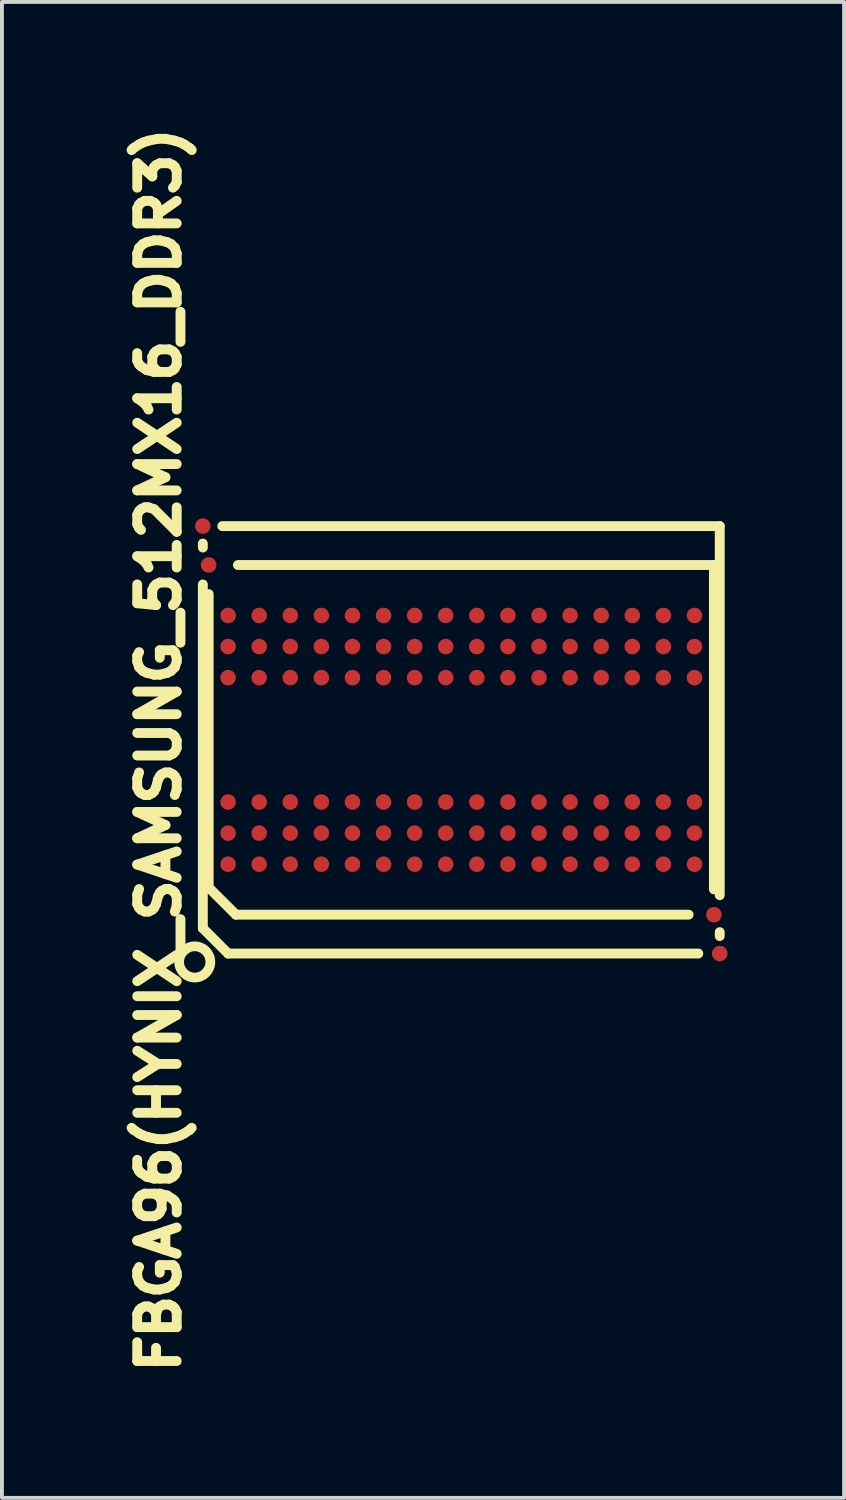
<source format=kicad_pcb>
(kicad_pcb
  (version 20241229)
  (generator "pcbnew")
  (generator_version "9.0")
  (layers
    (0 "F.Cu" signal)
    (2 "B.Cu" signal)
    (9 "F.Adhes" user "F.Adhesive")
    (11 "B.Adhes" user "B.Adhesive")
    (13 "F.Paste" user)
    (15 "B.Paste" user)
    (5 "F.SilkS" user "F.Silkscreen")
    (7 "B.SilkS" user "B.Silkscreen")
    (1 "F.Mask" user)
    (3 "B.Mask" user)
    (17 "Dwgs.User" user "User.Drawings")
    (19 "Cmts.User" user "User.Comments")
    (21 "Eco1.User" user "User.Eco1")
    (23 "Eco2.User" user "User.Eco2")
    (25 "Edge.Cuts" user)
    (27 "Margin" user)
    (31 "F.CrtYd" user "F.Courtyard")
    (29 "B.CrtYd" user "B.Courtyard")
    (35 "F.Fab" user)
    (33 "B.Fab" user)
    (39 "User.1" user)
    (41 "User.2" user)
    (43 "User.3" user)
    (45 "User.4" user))
  (footprint "FBGA96(HYNIX_SAMSUNG_512MX16_DDR3)"
    (layer "F.Cu")
    (at 8.819 15.986)
    (property "Reference" "FBGA96(HYNIX_SAMSUNG_512MX16_DDR3)" (at -7.779 0.259 90) (layer "F.SilkS") (effects (font (size 1.016 1.016) (thickness 0.254))))
    (attr smd)
    (fp_line (start -6.65 -5.05) (end -6.65 -4.948) (stroke (width 0.254) (type solid)) (layer "F.SilkS"))
    (fp_line (start -6.65 -3.998) (end -6.65 4.849) (stroke (width 0.254) (type solid)) (layer "F.SilkS"))
    (fp_line (start -6.65 4.849) (end -5.999 5.499) (stroke (width 0.254) (type solid)) (layer "F.SilkS"))
    (fp_line (start -6.5 -3.749) (end -6.5 3.8) (stroke (width 0.254) (type solid)) (layer "F.SilkS"))
    (fp_line (start -6.5 3.8) (end -5.799 4.498) (stroke (width 0.254) (type solid)) (layer "F.SilkS"))
    (fp_line (start -5.999 5.499) (end 6.099 5.499) (stroke (width 0.254) (type solid)) (layer "F.SilkS"))
    (fp_line (start -5.799 4.498) (end 5.85 4.498) (stroke (width 0.254) (type solid)) (layer "F.SilkS"))
    (fp_line (start 6.5 -4.498) (end -5.748 -4.498) (stroke (width 0.254) (type solid)) (layer "F.SilkS"))
    (fp_line (start 6.5 3.848) (end 6.5 -4.498) (stroke (width 0.254) (type solid)) (layer "F.SilkS"))
    (fp_line (start 6.65 -5.499) (end -6.149 -5.499) (stroke (width 0.254) (type solid)) (layer "F.SilkS"))
    (fp_line (start 6.65 3.998) (end 6.65 -5.499) (stroke (width 0.254) (type solid)) (layer "F.SilkS"))
    (fp_line (start 6.65 5.05) (end 6.65 4.948) (stroke (width 0.254) (type solid)) (layer "F.SilkS"))
    (fp_circle (center -6.858 5.715) (end -6.477 5.588) (stroke (width 0.25) (type solid)) (fill no) (layer "F.SilkS"))
    (pad "A1" smd circle (at -6 3.2 90) (size 0.4 0.4) (layers "F.Cu" "F.Mask" "F.Paste"))
    (pad "A2" smd circle (at -6 2.4 90) (size 0.4 0.4) (layers "F.Cu" "F.Mask" "F.Paste"))
    (pad "A3" smd circle (at -6 1.6 90) (size 0.4 0.4) (layers "F.Cu" "F.Mask" "F.Paste"))
    (pad "A7" smd circle (at -6 -1.6 90) (size 0.4 0.4) (layers "F.Cu" "F.Mask" "F.Paste"))
    (pad "A8" smd circle (at -6 -2.4 90) (size 0.4 0.4) (layers "F.Cu" "F.Mask" "F.Paste"))
    (pad "A9" smd circle (at -6 -3.2 90) (size 0.4 0.4) (layers "F.Cu" "F.Mask" "F.Paste"))
    (pad "B1" smd circle (at -5.2 3.2 90) (size 0.4 0.4) (layers "F.Cu" "F.Mask" "F.Paste"))
    (pad "B2" smd circle (at -5.2 2.4 90) (size 0.4 0.4) (layers "F.Cu" "F.Mask" "F.Paste"))
    (pad "B3" smd circle (at -5.2 1.6 90) (size 0.4 0.4) (layers "F.Cu" "F.Mask" "F.Paste"))
    (pad "B7" smd circle (at -5.2 -1.6 90) (size 0.4 0.4) (layers "F.Cu" "F.Mask" "F.Paste"))
    (pad "B8" smd circle (at -5.2 -2.4 90) (size 0.4 0.4) (layers "F.Cu" "F.Mask" "F.Paste"))
    (pad "B9" smd circle (at -5.2 -3.2 90) (size 0.4 0.4) (layers "F.Cu" "F.Mask" "F.Paste"))
    (pad "C1" smd circle (at -4.4 3.2 90) (size 0.4 0.4) (layers "F.Cu" "F.Mask" "F.Paste"))
    (pad "C2" smd circle (at -4.4 2.4 90) (size 0.4 0.4) (layers "F.Cu" "F.Mask" "F.Paste"))
    (pad "C3" smd circle (at -4.4 1.6 90) (size 0.4 0.4) (layers "F.Cu" "F.Mask" "F.Paste"))
    (pad "C7" smd circle (at -4.4 -1.6 90) (size 0.4 0.4) (layers "F.Cu" "F.Mask" "F.Paste"))
    (pad "C8" smd circle (at -4.4 -2.4 90) (size 0.4 0.4) (layers "F.Cu" "F.Mask" "F.Paste"))
    (pad "C9" smd circle (at -4.4 -3.2 90) (size 0.4 0.4) (layers "F.Cu" "F.Mask" "F.Paste"))
    (pad "D1" smd circle (at -3.6 3.2 90) (size 0.4 0.4) (layers "F.Cu" "F.Mask" "F.Paste"))
    (pad "D2" smd circle (at -3.6 2.4 90) (size 0.4 0.4) (layers "F.Cu" "F.Mask" "F.Paste"))
    (pad "D3" smd circle (at -3.6 1.6 90) (size 0.4 0.4) (layers "F.Cu" "F.Mask" "F.Paste"))
    (pad "D7" smd circle (at -3.6 -1.6 90) (size 0.4 0.4) (layers "F.Cu" "F.Mask" "F.Paste"))
    (pad "D8" smd circle (at -3.6 -2.4 90) (size 0.4 0.4) (layers "F.Cu" "F.Mask" "F.Paste"))
    (pad "D9" smd circle (at -3.6 -3.2 90) (size 0.4 0.4) (layers "F.Cu" "F.Mask" "F.Paste"))
    (pad "E1" smd circle (at -2.8 3.2 90) (size 0.4 0.4) (layers "F.Cu" "F.Mask" "F.Paste"))
    (pad "E2" smd circle (at -2.8 2.4 90) (size 0.4 0.4) (layers "F.Cu" "F.Mask" "F.Paste"))
    (pad "E3" smd circle (at -2.8 1.6 90) (size 0.4 0.4) (layers "F.Cu" "F.Mask" "F.Paste"))
    (pad "E7" smd circle (at -2.8 -1.6 90) (size 0.4 0.4) (layers "F.Cu" "F.Mask" "F.Paste"))
    (pad "E8" smd circle (at -2.8 -2.4 90) (size 0.4 0.4) (layers "F.Cu" "F.Mask" "F.Paste"))
    (pad "E9" smd circle (at -2.8 -3.2 90) (size 0.4 0.4) (layers "F.Cu" "F.Mask" "F.Paste"))
    (pad "F1" smd circle (at -2 3.2 90) (size 0.4 0.4) (layers "F.Cu" "F.Mask" "F.Paste"))
    (pad "F2" smd circle (at -2 2.4 90) (size 0.4 0.4) (layers "F.Cu" "F.Mask" "F.Paste"))
    (pad "F3" smd circle (at -2 1.6 90) (size 0.4 0.4) (layers "F.Cu" "F.Mask" "F.Paste"))
    (pad "F7" smd circle (at -2 -1.6 90) (size 0.4 0.4) (layers "F.Cu" "F.Mask" "F.Paste"))
    (pad "F8" smd circle (at -2 -2.4 90) (size 0.4 0.4) (layers "F.Cu" "F.Mask" "F.Paste"))
    (pad "F9" smd circle (at -2 -3.2 90) (size 0.4 0.4) (layers "F.Cu" "F.Mask" "F.Paste"))
    (pad "FID1" smd circle (at 6.5 4.5 90) (size 0.4 0.4) (layers "F.Cu" "F.Mask"))
    (pad "FID2" smd circle (at -6.5 -4.5 90) (size 0.4 0.4) (layers "F.Cu" "F.Mask"))
    (pad "FID3" smd circle (at 6.65 5.5 90) (size 0.4 0.4) (layers "F.Cu" "F.Mask"))
    (pad "FID4" smd circle (at -6.65 -5.5 90) (size 0.4 0.4) (layers "F.Cu" "F.Mask"))
    (pad "G1" smd circle (at -1.2 3.2 90) (size 0.4 0.4) (layers "F.Cu" "F.Mask" "F.Paste"))
    (pad "G2" smd circle (at -1.2 2.4 90) (size 0.4 0.4) (layers "F.Cu" "F.Mask" "F.Paste"))
    (pad "G3" smd circle (at -1.2 1.6 90) (size 0.4 0.4) (layers "F.Cu" "F.Mask" "F.Paste"))
    (pad "G7" smd circle (at -1.2 -1.6 90) (size 0.4 0.4) (layers "F.Cu" "F.Mask" "F.Paste"))
    (pad "G8" smd circle (at -1.2 -2.4 90) (size 0.4 0.4) (layers "F.Cu" "F.Mask" "F.Paste"))
    (pad "G9" smd circle (at -1.2 -3.2 90) (size 0.4 0.4) (layers "F.Cu" "F.Mask" "F.Paste"))
    (pad "H1" smd circle (at -0.4 3.2 90) (size 0.4 0.4) (layers "F.Cu" "F.Mask" "F.Paste"))
    (pad "H2" smd circle (at -0.4 2.4 90) (size 0.4 0.4) (layers "F.Cu" "F.Mask" "F.Paste"))
    (pad "H3" smd circle (at -0.4 1.6 90) (size 0.4 0.4) (layers "F.Cu" "F.Mask" "F.Paste"))
    (pad "H7" smd circle (at -0.4 -1.6 90) (size 0.4 0.4) (layers "F.Cu" "F.Mask" "F.Paste"))
    (pad "H8" smd circle (at -0.4 -2.4 90) (size 0.4 0.4) (layers "F.Cu" "F.Mask" "F.Paste"))
    (pad "H9" smd circle (at -0.4 -3.2 90) (size 0.4 0.4) (layers "F.Cu" "F.Mask" "F.Paste"))
    (pad "J1" smd circle (at 0.4 3.2 90) (size 0.4 0.4) (layers "F.Cu" "F.Mask" "F.Paste"))
    (pad "J2" smd circle (at 0.4 2.4 90) (size 0.4 0.4) (layers "F.Cu" "F.Mask" "F.Paste"))
    (pad "J3" smd circle (at 0.4 1.6 90) (size 0.4 0.4) (layers "F.Cu" "F.Mask" "F.Paste"))
    (pad "J7" smd circle (at 0.4 -1.6 90) (size 0.4 0.4) (layers "F.Cu" "F.Mask" "F.Paste"))
    (pad "J8" smd circle (at 0.4 -2.4 90) (size 0.4 0.4) (layers "F.Cu" "F.Mask" "F.Paste"))
    (pad "J9" smd circle (at 0.4 -3.2 90) (size 0.4 0.4) (layers "F.Cu" "F.Mask" "F.Paste"))
    (pad "K1" smd circle (at 1.2 3.2 90) (size 0.4 0.4) (layers "F.Cu" "F.Mask" "F.Paste"))
    (pad "K2" smd circle (at 1.2 2.4 90) (size 0.4 0.4) (layers "F.Cu" "F.Mask" "F.Paste"))
    (pad "K3" smd circle (at 1.2 1.6 90) (size 0.4 0.4) (layers "F.Cu" "F.Mask" "F.Paste"))
    (pad "K7" smd circle (at 1.2 -1.6 90) (size 0.4 0.4) (layers "F.Cu" "F.Mask" "F.Paste"))
    (pad "K8" smd circle (at 1.2 -2.4 90) (size 0.4 0.4) (layers "F.Cu" "F.Mask" "F.Paste"))
    (pad "K9" smd circle (at 1.2 -3.2 90) (size 0.4 0.4) (layers "F.Cu" "F.Mask" "F.Paste"))
    (pad "L1" smd circle (at 2 3.2 90) (size 0.4 0.4) (layers "F.Cu" "F.Mask" "F.Paste"))
    (pad "L2" smd circle (at 2 2.4 90) (size 0.4 0.4) (layers "F.Cu" "F.Mask" "F.Paste"))
    (pad "L3" smd circle (at 2 1.6 90) (size 0.4 0.4) (layers "F.Cu" "F.Mask" "F.Paste"))
    (pad "L7" smd circle (at 2 -1.6 90) (size 0.4 0.4) (layers "F.Cu" "F.Mask" "F.Paste"))
    (pad "L8" smd circle (at 2 -2.4 90) (size 0.4 0.4) (layers "F.Cu" "F.Mask" "F.Paste"))
    (pad "L9" smd circle (at 2 -3.2 90) (size 0.4 0.4) (layers "F.Cu" "F.Mask" "F.Paste"))
    (pad "M1" smd circle (at 2.8 3.2 90) (size 0.4 0.4) (layers "F.Cu" "F.Mask" "F.Paste"))
    (pad "M2" smd circle (at 2.8 2.4 90) (size 0.4 0.4) (layers "F.Cu" "F.Mask" "F.Paste"))
    (pad "M3" smd circle (at 2.8 1.6 90) (size 0.4 0.4) (layers "F.Cu" "F.Mask" "F.Paste"))
    (pad "M7" smd circle (at 2.8 -1.6 90) (size 0.4 0.4) (layers "F.Cu" "F.Mask" "F.Paste"))
    (pad "M8" smd circle (at 2.8 -2.4 90) (size 0.4 0.4) (layers "F.Cu" "F.Mask" "F.Paste"))
    (pad "M9" smd circle (at 2.8 -3.2 90) (size 0.4 0.4) (layers "F.Cu" "F.Mask" "F.Paste"))
    (pad "N1" smd circle (at 3.6 3.2 90) (size 0.4 0.4) (layers "F.Cu" "F.Mask" "F.Paste"))
    (pad "N2" smd circle (at 3.6 2.4 90) (size 0.4 0.4) (layers "F.Cu" "F.Mask" "F.Paste"))
    (pad "N3" smd circle (at 3.6 1.6 90) (size 0.4 0.4) (layers "F.Cu" "F.Mask" "F.Paste"))
    (pad "N7" smd circle (at 3.6 -1.6 90) (size 0.4 0.4) (layers "F.Cu" "F.Mask" "F.Paste"))
    (pad "N8" smd circle (at 3.6 -2.4 90) (size 0.4 0.4) (layers "F.Cu" "F.Mask" "F.Paste"))
    (pad "N9" smd circle (at 3.6 -3.2 90) (size 0.4 0.4) (layers "F.Cu" "F.Mask" "F.Paste"))
    (pad "P1" smd circle (at 4.4 3.2 90) (size 0.4 0.4) (layers "F.Cu" "F.Mask" "F.Paste"))
    (pad "P2" smd circle (at 4.4 2.4 90) (size 0.4 0.4) (layers "F.Cu" "F.Mask" "F.Paste"))
    (pad "P3" smd circle (at 4.4 1.6 90) (size 0.4 0.4) (layers "F.Cu" "F.Mask" "F.Paste"))
    (pad "P7" smd circle (at 4.4 -1.6 90) (size 0.4 0.4) (layers "F.Cu" "F.Mask" "F.Paste"))
    (pad "P8" smd circle (at 4.4 -2.4 90) (size 0.4 0.4) (layers "F.Cu" "F.Mask" "F.Paste"))
    (pad "P9" smd circle (at 4.4 -3.2 90) (size 0.4 0.4) (layers "F.Cu" "F.Mask" "F.Paste"))
    (pad "R1" smd circle (at 5.2 3.2 90) (size 0.4 0.4) (layers "F.Cu" "F.Mask" "F.Paste"))
    (pad "R2" smd circle (at 5.2 2.4 90) (size 0.4 0.4) (layers "F.Cu" "F.Mask" "F.Paste"))
    (pad "R3" smd circle (at 5.2 1.6 90) (size 0.4 0.4) (layers "F.Cu" "F.Mask" "F.Paste"))
    (pad "R7" smd circle (at 5.2 -1.6 90) (size 0.4 0.4) (layers "F.Cu" "F.Mask" "F.Paste"))
    (pad "R8" smd circle (at 5.2 -2.4 90) (size 0.4 0.4) (layers "F.Cu" "F.Mask" "F.Paste"))
    (pad "R9" smd circle (at 5.2 -3.2 90) (size 0.4 0.4) (layers "F.Cu" "F.Mask" "F.Paste"))
    (pad "T1" smd circle (at 6 3.2 90) (size 0.4 0.4) (layers "F.Cu" "F.Mask" "F.Paste"))
    (pad "T2" smd circle (at 6 2.4 90) (size 0.4 0.4) (layers "F.Cu" "F.Mask" "F.Paste"))
    (pad "T3" smd circle (at 6 1.6 90) (size 0.4 0.4) (layers "F.Cu" "F.Mask" "F.Paste"))
    (pad "T7" smd circle (at 6 -1.6 90) (size 0.4 0.4) (layers "F.Cu" "F.Mask" "F.Paste"))
    (pad "T8" smd circle (at 6 -2.4 90) (size 0.4 0.4) (layers "F.Cu" "F.Mask" "F.Paste"))
    (pad "T9" smd circle (at 6 -3.2 90) (size 0.4 0.4) (layers "F.Cu" "F.Mask" "F.Paste")))
  (gr_rect
    (start -3 -3)
    (end 18.669 35.49)
    (stroke (width 0.1) (type default))
    (fill no)
    (layer "Edge.Cuts")))
</source>
